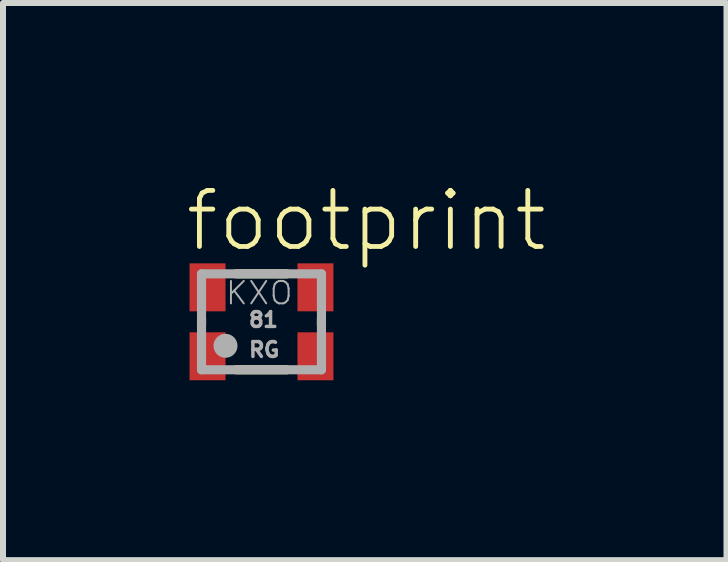
<source format=kicad_pcb>
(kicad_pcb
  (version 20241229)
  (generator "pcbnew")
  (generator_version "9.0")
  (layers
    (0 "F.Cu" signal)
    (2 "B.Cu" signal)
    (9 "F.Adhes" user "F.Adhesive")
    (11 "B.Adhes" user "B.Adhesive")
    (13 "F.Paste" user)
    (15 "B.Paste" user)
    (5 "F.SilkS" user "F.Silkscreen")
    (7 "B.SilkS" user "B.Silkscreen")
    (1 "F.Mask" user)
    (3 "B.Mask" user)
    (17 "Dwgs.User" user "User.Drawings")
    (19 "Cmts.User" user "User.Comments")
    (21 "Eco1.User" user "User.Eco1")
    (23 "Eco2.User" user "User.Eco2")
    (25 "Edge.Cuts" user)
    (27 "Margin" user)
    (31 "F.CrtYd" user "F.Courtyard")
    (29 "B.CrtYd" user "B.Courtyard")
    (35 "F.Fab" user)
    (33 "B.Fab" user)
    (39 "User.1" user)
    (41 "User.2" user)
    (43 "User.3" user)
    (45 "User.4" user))
  (footprint "footprint"
    (layer "F.Cu")
    (at 1.311 2.317)
    (property "Reference" "footprint" (at -1.311 -1.138 0) (layer "F.SilkS") (effects (font (size 0.935 0.935) (thickness 0.081)) (justify left bottom)))
    (fp_line (start -1 -0.05) (end -1 0.05) (stroke (width 0.152) (type solid)) (layer "F.SilkS"))
    (fp_line (start -0.42 -0.8) (end 0.42 -0.8) (stroke (width 0.152) (type solid)) (layer "F.SilkS"))
    (fp_line (start -0.42 0.8) (end 0.42 0.8) (stroke (width 0.152) (type solid)) (layer "F.SilkS"))
    (fp_line (start 1 -0.05) (end 1 0.05) (stroke (width 0.152) (type solid)) (layer "F.SilkS"))
    (fp_line (start -1 -0.8) (end -1 0.8) (stroke (width 0.152) (type solid)) (layer "F.Fab"))
    (fp_line (start -1 0.8) (end 1 0.8) (stroke (width 0.152) (type solid)) (layer "F.Fab"))
    (fp_line (start 1 -0.8) (end -1 -0.8) (stroke (width 0.152) (type solid)) (layer "F.Fab"))
    (fp_line (start 1 0.8) (end 1 -0.8) (stroke (width 0.152) (type solid)) (layer "F.Fab"))
    (fp_circle (center -0.6 0.4) (end -0.5 0.4) (stroke (width 0.2) (type solid)) (fill no) (layer "F.Fab"))
    (fp_text user "81" (at -0.24 0.11 0) (layer "F.Fab") (effects (font (size 0.247 0.247) (thickness 0.058)) (justify left bottom)))
    (fp_text user "KXO" (at -0.62 -0.26 0) (layer "F.Fab") (effects (font (size 0.374 0.374) (thickness 0.033)) (justify left bottom)))
    (fp_text user "RG" (at -0.24 0.61 0) (layer "F.Fab") (effects (font (size 0.247 0.247) (thickness 0.058)) (justify left bottom)))
    (pad "1" smd rect (at -0.9 0.575) (size 0.6 0.8) (layers "F.Cu" "F.Mask" "F.Paste"))
    (pad "2" smd rect (at 0.9 0.575) (size 0.6 0.8) (layers "F.Cu" "F.Mask" "F.Paste"))
    (pad "3" smd rect (at 0.9 -0.575) (size 0.6 0.8) (layers "F.Cu" "F.Mask" "F.Paste"))
    (pad "4" smd rect (at -0.9 -0.575) (size 0.6 0.8) (layers "F.Cu" "F.Mask" "F.Paste")))
  (gr_rect
    (start -3 -3)
    (end 9.066 6.292)
    (stroke (width 0.1) (type default))
    (fill no)
    (layer "Edge.Cuts")))
</source>
